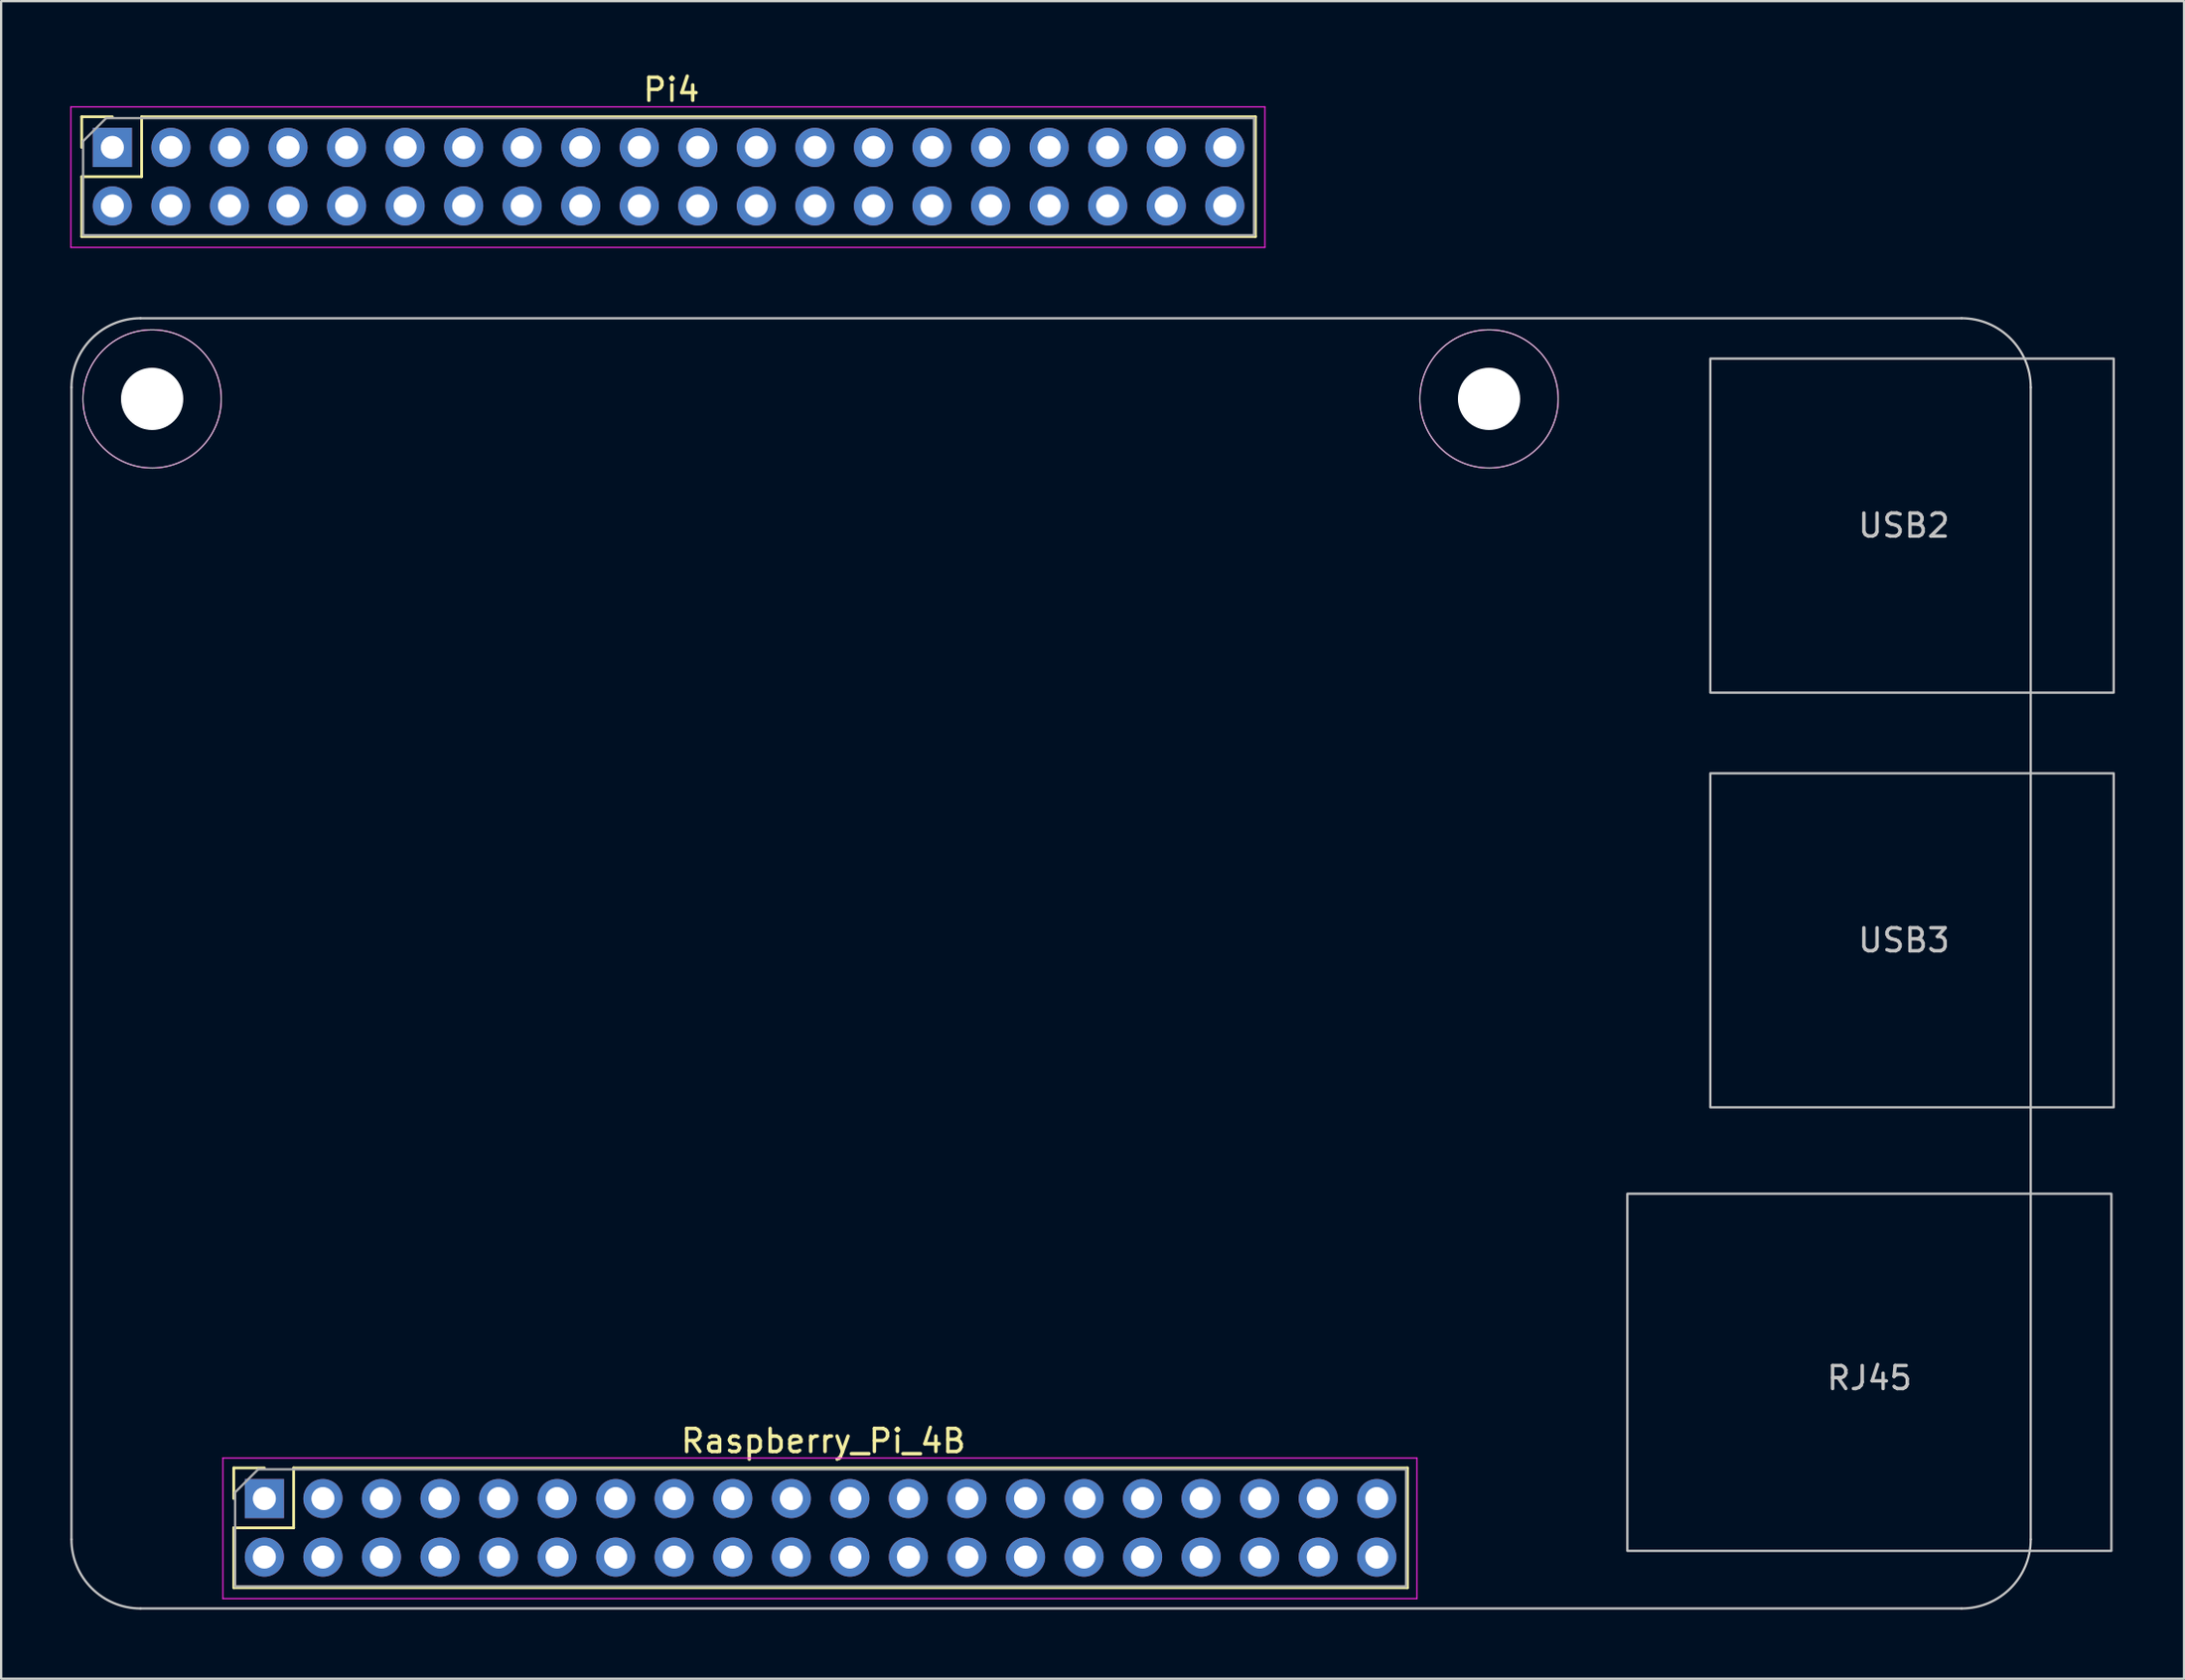
<source format=kicad_pcb>
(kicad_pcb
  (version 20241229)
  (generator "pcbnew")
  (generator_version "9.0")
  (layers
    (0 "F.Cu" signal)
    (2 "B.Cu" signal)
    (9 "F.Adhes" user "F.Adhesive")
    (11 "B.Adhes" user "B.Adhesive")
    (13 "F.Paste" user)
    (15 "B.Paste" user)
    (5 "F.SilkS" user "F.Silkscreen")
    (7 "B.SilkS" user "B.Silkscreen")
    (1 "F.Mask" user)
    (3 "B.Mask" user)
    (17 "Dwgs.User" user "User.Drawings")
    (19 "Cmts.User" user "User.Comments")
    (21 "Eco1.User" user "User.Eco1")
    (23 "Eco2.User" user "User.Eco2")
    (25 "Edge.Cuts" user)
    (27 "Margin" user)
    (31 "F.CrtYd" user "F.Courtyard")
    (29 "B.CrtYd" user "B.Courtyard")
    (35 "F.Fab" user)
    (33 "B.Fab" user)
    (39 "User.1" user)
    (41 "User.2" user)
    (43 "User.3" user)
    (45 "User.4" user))
  (footprint "Pi4"
    (layer "F.Cu")
    (at 1.825 3.348)
    (property "Reference" "Pi4" (at 24.25 -2.5 0) (unlocked yes) (layer "F.SilkS") (effects (font (size 1 1) (thickness 0.15))))
    (fp_line (start -1.33 -1.33) (end 0 -1.33) (stroke (width 0.12) (type solid)) (layer "F.SilkS"))
    (fp_line (start -1.33 0) (end -1.33 -1.33) (stroke (width 0.12) (type solid)) (layer "F.SilkS"))
    (fp_line (start -1.33 1.27) (end 1.27 1.27) (stroke (width 0.12) (type solid)) (layer "F.SilkS"))
    (fp_line (start -1.33 3.87) (end -1.33 1.27) (stroke (width 0.12) (type solid)) (layer "F.SilkS"))
    (fp_line (start -1.33 3.87) (end 49.59 3.87) (stroke (width 0.12) (type solid)) (layer "F.SilkS"))
    (fp_line (start 1.27 -1.33) (end 49.59 -1.33) (stroke (width 0.12) (type solid)) (layer "F.SilkS"))
    (fp_line (start 1.27 1.27) (end 1.27 -1.33) (stroke (width 0.12) (type solid)) (layer "F.SilkS"))
    (fp_line (start 49.59 3.87) (end 49.59 -1.33) (stroke (width 0.12) (type solid)) (layer "F.SilkS"))
    (fp_line (start -1.8 -1.76) (end 50 -1.76) (stroke (width 0.05) (type solid)) (layer "F.CrtYd"))
    (fp_line (start -1.8 4.34) (end -1.8 -1.76) (stroke (width 0.05) (type solid)) (layer "F.CrtYd"))
    (fp_line (start 50 -1.76) (end 50 4.34) (stroke (width 0.05) (type solid)) (layer "F.CrtYd"))
    (fp_line (start 50 4.34) (end -1.8 4.34) (stroke (width 0.05) (type solid)) (layer "F.CrtYd"))
    (fp_line (start -1.27 -0.27) (end -0.27 -1.27) (stroke (width 0.1) (type solid)) (layer "F.Fab"))
    (fp_line (start -1.27 3.81) (end -1.27 -0.27) (stroke (width 0.1) (type solid)) (layer "F.Fab"))
    (fp_line (start -0.27 -1.27) (end 49.53 -1.27) (stroke (width 0.1) (type solid)) (layer "F.Fab"))
    (fp_line (start 49.53 -1.27) (end 49.53 3.81) (stroke (width 0.1) (type solid)) (layer "F.Fab"))
    (fp_line (start 49.53 3.81) (end -1.27 3.81) (stroke (width 0.1) (type solid)) (layer "F.Fab"))
    (pad "1" thru_hole rect (at 0 0 90) (size 1.7 1.7) (drill 1) (layers "*.Cu" "*.Mask"))
    (pad "2" thru_hole oval (at 0 2.54 90) (size 1.7 1.7) (drill 1) (layers "*.Cu" "*.Mask"))
    (pad "3" thru_hole oval (at 2.54 0 90) (size 1.7 1.7) (drill 1) (layers "*.Cu" "*.Mask"))
    (pad "4" thru_hole oval (at 2.54 2.54 90) (size 1.7 1.7) (drill 1) (layers "*.Cu" "*.Mask"))
    (pad "5" thru_hole oval (at 5.08 0 90) (size 1.7 1.7) (drill 1) (layers "*.Cu" "*.Mask"))
    (pad "6" thru_hole oval (at 5.08 2.54 90) (size 1.7 1.7) (drill 1) (layers "*.Cu" "*.Mask"))
    (pad "7" thru_hole oval (at 7.62 0 90) (size 1.7 1.7) (drill 1) (layers "*.Cu" "*.Mask"))
    (pad "8" thru_hole oval (at 7.62 2.54 90) (size 1.7 1.7) (drill 1) (layers "*.Cu" "*.Mask"))
    (pad "9" thru_hole oval (at 10.16 0 90) (size 1.7 1.7) (drill 1) (layers "*.Cu" "*.Mask"))
    (pad "10" thru_hole oval (at 10.16 2.54 90) (size 1.7 1.7) (drill 1) (layers "*.Cu" "*.Mask"))
    (pad "11" thru_hole oval (at 12.7 0 90) (size 1.7 1.7) (drill 1) (layers "*.Cu" "*.Mask"))
    (pad "12" thru_hole oval (at 12.7 2.54 90) (size 1.7 1.7) (drill 1) (layers "*.Cu" "*.Mask"))
    (pad "13" thru_hole oval (at 15.24 0 90) (size 1.7 1.7) (drill 1) (layers "*.Cu" "*.Mask"))
    (pad "14" thru_hole oval (at 15.24 2.54 90) (size 1.7 1.7) (drill 1) (layers "*.Cu" "*.Mask"))
    (pad "15" thru_hole oval (at 17.78 0 90) (size 1.7 1.7) (drill 1) (layers "*.Cu" "*.Mask"))
    (pad "16" thru_hole oval (at 17.78 2.54 90) (size 1.7 1.7) (drill 1) (layers "*.Cu" "*.Mask"))
    (pad "17" thru_hole oval (at 20.32 0 90) (size 1.7 1.7) (drill 1) (layers "*.Cu" "*.Mask"))
    (pad "18" thru_hole oval (at 20.32 2.54 90) (size 1.7 1.7) (drill 1) (layers "*.Cu" "*.Mask"))
    (pad "19" thru_hole oval (at 22.86 0 90) (size 1.7 1.7) (drill 1) (layers "*.Cu" "*.Mask"))
    (pad "20" thru_hole oval (at 22.86 2.54 90) (size 1.7 1.7) (drill 1) (layers "*.Cu" "*.Mask"))
    (pad "21" thru_hole oval (at 25.4 0 90) (size 1.7 1.7) (drill 1) (layers "*.Cu" "*.Mask"))
    (pad "22" thru_hole oval (at 25.4 2.54 90) (size 1.7 1.7) (drill 1) (layers "*.Cu" "*.Mask"))
    (pad "23" thru_hole oval (at 27.94 0 90) (size 1.7 1.7) (drill 1) (layers "*.Cu" "*.Mask"))
    (pad "24" thru_hole oval (at 27.94 2.54 90) (size 1.7 1.7) (drill 1) (layers "*.Cu" "*.Mask"))
    (pad "25" thru_hole oval (at 30.48 0 90) (size 1.7 1.7) (drill 1) (layers "*.Cu" "*.Mask"))
    (pad "26" thru_hole oval (at 30.48 2.54 90) (size 1.7 1.7) (drill 1) (layers "*.Cu" "*.Mask"))
    (pad "27" thru_hole oval (at 33.02 0 90) (size 1.7 1.7) (drill 1) (layers "*.Cu" "*.Mask"))
    (pad "28" thru_hole oval (at 33.02 2.54 90) (size 1.7 1.7) (drill 1) (layers "*.Cu" "*.Mask"))
    (pad "29" thru_hole oval (at 35.56 0 90) (size 1.7 1.7) (drill 1) (layers "*.Cu" "*.Mask"))
    (pad "30" thru_hole oval (at 35.56 2.54 90) (size 1.7 1.7) (drill 1) (layers "*.Cu" "*.Mask"))
    (pad "31" thru_hole oval (at 38.1 0 90) (size 1.7 1.7) (drill 1) (layers "*.Cu" "*.Mask"))
    (pad "32" thru_hole oval (at 38.1 2.54 90) (size 1.7 1.7) (drill 1) (layers "*.Cu" "*.Mask"))
    (pad "33" thru_hole oval (at 40.64 0 90) (size 1.7 1.7) (drill 1) (layers "*.Cu" "*.Mask"))
    (pad "34" thru_hole oval (at 40.64 2.54 90) (size 1.7 1.7) (drill 1) (layers "*.Cu" "*.Mask"))
    (pad "35" thru_hole oval (at 43.18 0 90) (size 1.7 1.7) (drill 1) (layers "*.Cu" "*.Mask"))
    (pad "36" thru_hole oval (at 43.18 2.54 90) (size 1.7 1.7) (drill 1) (layers "*.Cu" "*.Mask"))
    (pad "37" thru_hole oval (at 45.72 0 90) (size 1.7 1.7) (drill 1) (layers "*.Cu" "*.Mask"))
    (pad "38" thru_hole oval (at 45.72 2.54 90) (size 1.7 1.7) (drill 1) (layers "*.Cu" "*.Mask"))
    (pad "39" thru_hole oval (at 48.26 0 90) (size 1.7 1.7) (drill 1) (layers "*.Cu" "*.Mask"))
    (pad "40" thru_hole oval (at 48.26 2.54 90) (size 1.7 1.7) (drill 1) (layers "*.Cu" "*.Mask")))
  (footprint "Raspberry_Pi_4B"
    (layer "F.Cu")
    (at 32.55 63.263)
    (property "Reference" "Raspberry_Pi_4B" (at 0.12 -3.77 0) (unlocked yes) (layer "F.SilkS") (effects (font (size 1 1) (thickness 0.15))))
    (fp_line (start -25.46 -2.6) (end -24.13 -2.6) (stroke (width 0.12) (type solid)) (layer "F.SilkS"))
    (fp_line (start -25.46 -1.27) (end -25.46 -2.6) (stroke (width 0.12) (type solid)) (layer "F.SilkS"))
    (fp_line (start -25.46 0) (end -22.86 0) (stroke (width 0.12) (type solid)) (layer "F.SilkS"))
    (fp_line (start -25.46 2.6) (end -25.46 0) (stroke (width 0.12) (type solid)) (layer "F.SilkS"))
    (fp_line (start -25.46 2.6) (end 25.46 2.6) (stroke (width 0.12) (type solid)) (layer "F.SilkS"))
    (fp_line (start -22.86 -2.6) (end 25.46 -2.6) (stroke (width 0.12) (type solid)) (layer "F.SilkS"))
    (fp_line (start -22.86 0) (end -22.86 -2.6) (stroke (width 0.12) (type solid)) (layer "F.SilkS"))
    (fp_line (start 25.46 2.6) (end 25.46 -2.6) (stroke (width 0.12) (type solid)) (layer "F.SilkS"))
    (fp_line (start -32.5 0.5) (end -32.5 -49.5) (stroke (width 0.1) (type solid)) (layer "Dwgs.User"))
    (fp_line (start 49.5 -52.5) (end -29.5 -52.5) (stroke (width 0.1) (type solid)) (layer "Dwgs.User"))
    (fp_line (start 49.5 3.5) (end -29.5 3.5) (stroke (width 0.1) (type solid)) (layer "Dwgs.User"))
    (fp_line (start 52.5 -49.5) (end 52.5 0.5) (stroke (width 0.1) (type solid)) (layer "Dwgs.User"))
    (fp_rect (start 38.6 -50.75) (end 56.1 -36.25) (stroke (width 0.1) (type solid)) (fill no) (layer "Dwgs.User"))
    (fp_rect (start 38.6 -32.75) (end 56.1 -18.25) (stroke (width 0.1) (type solid)) (fill no) (layer "Dwgs.User"))
    (fp_rect (start 56 1) (end 35 -14.5) (stroke (width 0.1) (type solid)) (fill no) (layer "Dwgs.User"))
    (fp_arc (start -32.500002 -49.500002) (mid -31.621321 -51.621322) (end -29.5 -52.5) (stroke (width 0.1) (type solid)) (layer "Dwgs.User"))
    (fp_arc (start -29.500002 3.500002) (mid -31.621322 2.621321) (end -32.5 0.5) (stroke (width 0.1) (type solid)) (layer "Dwgs.User"))
    (fp_arc (start 49.500002 -52.500002) (mid 51.621322 -51.621321) (end 52.5 -49.5) (stroke (width 0.1) (type solid)) (layer "Dwgs.User"))
    (fp_arc (start 52.5 0.5) (mid 51.621321 2.621319) (end 49.500002 3.499998) (stroke (width 0.1) (type solid)) (layer "Dwgs.User"))
    (fp_circle (center -29 -49) (end -26 -49) (stroke (width 0.05) (type solid)) (fill no) (layer "Dwgs.User"))
    (fp_circle (center 29 -49) (end 32 -49) (stroke (width 0.05) (type solid)) (fill no) (layer "Dwgs.User"))
    (fp_line (start -25.93 -3.03) (end 25.87 -3.03) (stroke (width 0.05) (type solid)) (layer "F.CrtYd"))
    (fp_line (start -25.93 3.07) (end -25.93 -3.03) (stroke (width 0.05) (type solid)) (layer "F.CrtYd"))
    (fp_line (start 25.87 -3.03) (end 25.87 3.07) (stroke (width 0.05) (type solid)) (layer "F.CrtYd"))
    (fp_line (start 25.87 3.07) (end -25.93 3.07) (stroke (width 0.05) (type solid)) (layer "F.CrtYd"))
    (fp_circle (center -29 -49) (end -26 -49) (stroke (width 0.05) (type solid)) (fill no) (layer "F.CrtYd"))
    (fp_circle (center 29 -49) (end 32 -49) (stroke (width 0.05) (type solid)) (fill no) (layer "F.CrtYd"))
    (fp_line (start -25.4 -1.54) (end -24.4 -2.54) (stroke (width 0.1) (type solid)) (layer "F.Fab"))
    (fp_line (start -25.4 2.54) (end -25.4 -1.54) (stroke (width 0.1) (type solid)) (layer "F.Fab"))
    (fp_line (start -24.4 -2.54) (end 25.4 -2.54) (stroke (width 0.1) (type solid)) (layer "F.Fab"))
    (fp_line (start 25.4 -2.54) (end 25.4 2.54) (stroke (width 0.1) (type solid)) (layer "F.Fab"))
    (fp_line (start 25.4 2.54) (end -25.4 2.54) (stroke (width 0.1) (type solid)) (layer "F.Fab"))
    (fp_text user "USB2" (at 47 -43.5 0) (unlocked yes) (layer "Dwgs.User") (effects (font (size 1 1) (thickness 0.15))))
    (fp_text user "RJ45" (at 45.5 -6.5 0) (unlocked yes) (layer "Dwgs.User") (effects (font (size 1 1) (thickness 0.15))))
    (fp_text user "USB3" (at 47 -25.5 0) (unlocked yes) (layer "Dwgs.User") (effects (font (size 1 1) (thickness 0.15))))
    (pad "" np_thru_hole circle (at -29 -49 270) (size 2.7 2.7) (drill 2.7) (layers "*.Cu" "*.Mask"))
    (pad "" np_thru_hole circle (at 29 -49 270) (size 2.7 2.7) (drill 2.7) (layers "*.Cu" "*.Mask"))
    (pad "1" thru_hole rect (at -24.13 -1.27 90) (size 1.7 1.7) (drill 1) (layers "*.Cu" "*.Mask"))
    (pad "2" thru_hole oval (at -24.13 1.27 90) (size 1.7 1.7) (drill 1) (layers "*.Cu" "*.Mask"))
    (pad "3" thru_hole oval (at -21.59 -1.27 90) (size 1.7 1.7) (drill 1) (layers "*.Cu" "*.Mask"))
    (pad "4" thru_hole oval (at -21.59 1.27 90) (size 1.7 1.7) (drill 1) (layers "*.Cu" "*.Mask"))
    (pad "5" thru_hole oval (at -19.05 -1.27 90) (size 1.7 1.7) (drill 1) (layers "*.Cu" "*.Mask"))
    (pad "6" thru_hole oval (at -19.05 1.27 90) (size 1.7 1.7) (drill 1) (layers "*.Cu" "*.Mask"))
    (pad "7" thru_hole oval (at -16.51 -1.27 90) (size 1.7 1.7) (drill 1) (layers "*.Cu" "*.Mask"))
    (pad "8" thru_hole oval (at -16.51 1.27 90) (size 1.7 1.7) (drill 1) (layers "*.Cu" "*.Mask"))
    (pad "9" thru_hole oval (at -13.97 -1.27 90) (size 1.7 1.7) (drill 1) (layers "*.Cu" "*.Mask"))
    (pad "10" thru_hole oval (at -13.97 1.27 90) (size 1.7 1.7) (drill 1) (layers "*.Cu" "*.Mask"))
    (pad "11" thru_hole oval (at -11.43 -1.27 90) (size 1.7 1.7) (drill 1) (layers "*.Cu" "*.Mask"))
    (pad "12" thru_hole oval (at -11.43 1.27 90) (size 1.7 1.7) (drill 1) (layers "*.Cu" "*.Mask"))
    (pad "13" thru_hole oval (at -8.89 -1.27 90) (size 1.7 1.7) (drill 1) (layers "*.Cu" "*.Mask"))
    (pad "14" thru_hole oval (at -8.89 1.27 90) (size 1.7 1.7) (drill 1) (layers "*.Cu" "*.Mask"))
    (pad "15" thru_hole oval (at -6.35 -1.27 90) (size 1.7 1.7) (drill 1) (layers "*.Cu" "*.Mask"))
    (pad "16" thru_hole oval (at -6.35 1.27 90) (size 1.7 1.7) (drill 1) (layers "*.Cu" "*.Mask"))
    (pad "17" thru_hole oval (at -3.81 -1.27 90) (size 1.7 1.7) (drill 1) (layers "*.Cu" "*.Mask"))
    (pad "18" thru_hole oval (at -3.81 1.27 90) (size 1.7 1.7) (drill 1) (layers "*.Cu" "*.Mask"))
    (pad "19" thru_hole oval (at -1.27 -1.27 90) (size 1.7 1.7) (drill 1) (layers "*.Cu" "*.Mask"))
    (pad "20" thru_hole oval (at -1.27 1.27 90) (size 1.7 1.7) (drill 1) (layers "*.Cu" "*.Mask"))
    (pad "21" thru_hole oval (at 1.27 -1.27 90) (size 1.7 1.7) (drill 1) (layers "*.Cu" "*.Mask"))
    (pad "22" thru_hole oval (at 1.27 1.27 90) (size 1.7 1.7) (drill 1) (layers "*.Cu" "*.Mask"))
    (pad "23" thru_hole oval (at 3.81 -1.27 90) (size 1.7 1.7) (drill 1) (layers "*.Cu" "*.Mask"))
    (pad "24" thru_hole oval (at 3.81 1.27 90) (size 1.7 1.7) (drill 1) (layers "*.Cu" "*.Mask"))
    (pad "25" thru_hole oval (at 6.35 -1.27 90) (size 1.7 1.7) (drill 1) (layers "*.Cu" "*.Mask"))
    (pad "26" thru_hole oval (at 6.35 1.27 90) (size 1.7 1.7) (drill 1) (layers "*.Cu" "*.Mask"))
    (pad "27" thru_hole oval (at 8.89 -1.27 90) (size 1.7 1.7) (drill 1) (layers "*.Cu" "*.Mask"))
    (pad "28" thru_hole oval (at 8.89 1.27 90) (size 1.7 1.7) (drill 1) (layers "*.Cu" "*.Mask"))
    (pad "29" thru_hole oval (at 11.43 -1.27 90) (size 1.7 1.7) (drill 1) (layers "*.Cu" "*.Mask"))
    (pad "30" thru_hole oval (at 11.43 1.27 90) (size 1.7 1.7) (drill 1) (layers "*.Cu" "*.Mask"))
    (pad "31" thru_hole oval (at 13.97 -1.27 90) (size 1.7 1.7) (drill 1) (layers "*.Cu" "*.Mask"))
    (pad "32" thru_hole oval (at 13.97 1.27 90) (size 1.7 1.7) (drill 1) (layers "*.Cu" "*.Mask"))
    (pad "33" thru_hole oval (at 16.51 -1.27 90) (size 1.7 1.7) (drill 1) (layers "*.Cu" "*.Mask"))
    (pad "34" thru_hole oval (at 16.51 1.27 90) (size 1.7 1.7) (drill 1) (layers "*.Cu" "*.Mask"))
    (pad "35" thru_hole oval (at 19.05 -1.27 90) (size 1.7 1.7) (drill 1) (layers "*.Cu" "*.Mask"))
    (pad "36" thru_hole oval (at 19.05 1.27 90) (size 1.7 1.7) (drill 1) (layers "*.Cu" "*.Mask"))
    (pad "37" thru_hole oval (at 21.59 -1.27 90) (size 1.7 1.7) (drill 1) (layers "*.Cu" "*.Mask"))
    (pad "38" thru_hole oval (at 21.59 1.27 90) (size 1.7 1.7) (drill 1) (layers "*.Cu" "*.Mask"))
    (pad "39" thru_hole oval (at 24.13 -1.27 90) (size 1.7 1.7) (drill 1) (layers "*.Cu" "*.Mask"))
    (pad "40" thru_hole oval (at 24.13 1.27 90) (size 1.7 1.7) (drill 1) (layers "*.Cu" "*.Mask")))
  (gr_rect
    (start -3 -3)
    (end 91.7 69.813)
    (stroke (width 0.1) (type default))
    (fill no)
    (layer "Edge.Cuts")))
</source>
